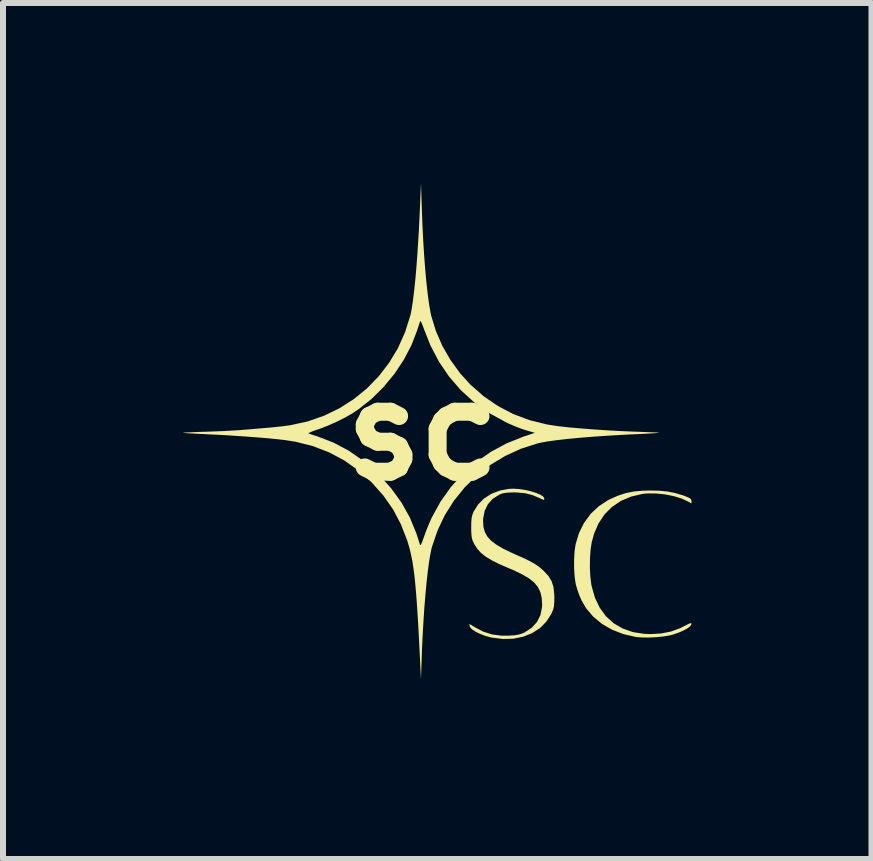
<source format=kicad_pcb>
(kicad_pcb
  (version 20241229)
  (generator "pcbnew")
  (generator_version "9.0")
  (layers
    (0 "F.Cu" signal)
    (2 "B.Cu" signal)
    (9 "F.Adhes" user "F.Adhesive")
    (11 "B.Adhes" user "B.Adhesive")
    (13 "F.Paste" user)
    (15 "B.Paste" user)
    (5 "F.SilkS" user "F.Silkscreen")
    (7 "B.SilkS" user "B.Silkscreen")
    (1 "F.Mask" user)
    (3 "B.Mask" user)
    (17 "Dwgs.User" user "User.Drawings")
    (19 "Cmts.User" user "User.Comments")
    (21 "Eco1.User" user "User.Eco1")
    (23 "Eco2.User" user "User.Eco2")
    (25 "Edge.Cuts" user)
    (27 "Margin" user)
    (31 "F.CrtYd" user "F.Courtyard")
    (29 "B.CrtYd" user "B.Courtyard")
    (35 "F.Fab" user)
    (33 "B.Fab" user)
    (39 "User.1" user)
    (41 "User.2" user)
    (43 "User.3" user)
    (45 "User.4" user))
  (footprint "sc"
    (layer "F.Cu")
    (at 3.996 4.136)
    (property "Reference" "sc" (at 0 0 0) (layer "F.SilkS") (effects (font (size 1.5 1.5) (thickness 0.3))))
    (attr board_only exclude_from_pos_files exclude_from_bom)
    (fp_poly (pts (xy 3.945 0.995) (xy 4.079 1.008) (xy 4.203 1.032) (xy 4.329 1.069) (xy 4.38 1.087) (xy 4.438 1.111) (xy 4.47 1.132) (xy 4.481 1.155) (xy 4.482 1.167) (xy 4.482 1.208) (xy 4.425 1.175) (xy 4.317 1.125) (xy 4.185 1.085) (xy 4.039 1.056) (xy 3.891 1.041) (xy 3.751 1.04) (xy 3.672 1.047) (xy 3.479 1.092) (xy 3.307 1.164) (xy 3.158 1.264) (xy 3.033 1.389) (xy 2.932 1.541) (xy 2.856 1.717) (xy 2.818 1.859) (xy 2.8 1.979) (xy 2.79 2.12) (xy 2.788 2.271) (xy 2.795 2.419) (xy 2.811 2.55) (xy 2.818 2.588) (xy 2.873 2.78) (xy 2.953 2.948) (xy 3.058 3.09) (xy 3.185 3.205) (xy 3.335 3.292) (xy 3.505 3.352) (xy 3.695 3.381) (xy 3.798 3.385) (xy 3.977 3.375) (xy 4.138 3.343) (xy 4.289 3.288) (xy 4.353 3.256) (xy 4.417 3.224) (xy 4.455 3.206) (xy 4.474 3.203) (xy 4.48 3.212) (xy 4.479 3.226) (xy 4.459 3.256) (xy 4.411 3.292) (xy 4.342 3.329) (xy 4.259 3.364) (xy 4.169 3.394) (xy 4.119 3.407) (xy 4.014 3.425) (xy 3.892 3.437) (xy 3.765 3.443) (xy 3.647 3.441) (xy 3.554 3.433) (xy 3.345 3.385) (xy 3.156 3.311) (xy 2.988 3.214) (xy 2.843 3.094) (xy 2.725 2.954) (xy 2.649 2.823) (xy 2.612 2.737) (xy 2.578 2.642) (xy 2.554 2.556) (xy 2.551 2.544) (xy 2.534 2.425) (xy 2.525 2.287) (xy 2.525 2.141) (xy 2.533 2.003) (xy 2.551 1.885) (xy 2.606 1.701) (xy 2.691 1.531) (xy 2.802 1.38) (xy 2.937 1.253) (xy 3.092 1.152) (xy 3.114 1.141) (xy 3.253 1.079) (xy 3.385 1.035) (xy 3.52 1.008) (xy 3.671 0.994) (xy 3.789 0.992)) (stroke (width 0) (type solid)) (fill yes) (layer "F.SilkS"))
    (fp_poly (pts (xy 1.604 0.966) (xy 1.701 0.981) (xy 1.796 1.002) (xy 1.883 1.029) (xy 1.954 1.058) (xy 2.005 1.088) (xy 2.027 1.118) (xy 2.028 1.123) (xy 2.026 1.143) (xy 2.015 1.147) (xy 1.985 1.135) (xy 1.961 1.123) (xy 1.834 1.069) (xy 1.71 1.037) (xy 1.572 1.024) (xy 1.53 1.023) (xy 1.439 1.025) (xy 1.372 1.031) (xy 1.319 1.044) (xy 1.28 1.06) (xy 1.17 1.129) (xy 1.088 1.219) (xy 1.034 1.331) (xy 1.009 1.461) (xy 1.008 1.503) (xy 1.014 1.599) (xy 1.036 1.682) (xy 1.078 1.758) (xy 1.14 1.827) (xy 1.228 1.894) (xy 1.343 1.962) (xy 1.489 2.032) (xy 1.557 2.063) (xy 1.681 2.117) (xy 1.777 2.164) (xy 1.854 2.206) (xy 1.918 2.247) (xy 1.975 2.292) (xy 2.021 2.334) (xy 2.098 2.418) (xy 2.15 2.503) (xy 2.181 2.6) (xy 2.194 2.718) (xy 2.196 2.775) (xy 2.194 2.86) (xy 2.189 2.921) (xy 2.178 2.971) (xy 2.158 3.021) (xy 2.146 3.047) (xy 2.063 3.177) (xy 1.956 3.285) (xy 1.826 3.369) (xy 1.678 3.428) (xy 1.514 3.462) (xy 1.339 3.467) (xy 1.154 3.444) (xy 1.138 3.441) (xy 1.048 3.416) (xy 0.961 3.383) (xy 0.885 3.346) (xy 0.826 3.308) (xy 0.791 3.272) (xy 0.786 3.258) (xy 0.78 3.216) (xy 0.857 3.263) (xy 1.005 3.342) (xy 1.153 3.39) (xy 1.311 3.411) (xy 1.441 3.411) (xy 1.532 3.405) (xy 1.6 3.394) (xy 1.656 3.377) (xy 1.702 3.356) (xy 1.819 3.279) (xy 1.907 3.182) (xy 1.964 3.067) (xy 1.99 2.936) (xy 1.992 2.892) (xy 1.985 2.782) (xy 1.963 2.686) (xy 1.922 2.602) (xy 1.86 2.526) (xy 1.773 2.456) (xy 1.658 2.389) (xy 1.513 2.319) (xy 1.432 2.285) (xy 1.277 2.218) (xy 1.152 2.155) (xy 1.052 2.095) (xy 0.974 2.033) (xy 0.913 1.966) (xy 0.865 1.892) (xy 0.857 1.877) (xy 0.835 1.831) (xy 0.821 1.787) (xy 0.814 1.735) (xy 0.81 1.665) (xy 0.81 1.61) (xy 0.811 1.52) (xy 0.816 1.454) (xy 0.827 1.403) (xy 0.845 1.354) (xy 0.85 1.343) (xy 0.924 1.225) (xy 1.024 1.125) (xy 1.147 1.046) (xy 1.287 0.992) (xy 1.44 0.964) (xy 1.512 0.961)) (stroke (width 0) (type solid)) (fill yes) (layer "F.SilkS"))
    (fp_poly (pts (xy -0.014 -3.718) (xy -0.004 -3.445) (xy 0.009 -3.181) (xy 0.025 -2.929) (xy 0.043 -2.692) (xy 0.063 -2.474) (xy 0.085 -2.28) (xy 0.108 -2.112) (xy 0.132 -1.974) (xy 0.143 -1.922) (xy 0.22 -1.67) (xy 0.328 -1.421) (xy 0.465 -1.183) (xy 0.626 -0.961) (xy 0.793 -0.777) (xy 1.016 -0.581) (xy 1.255 -0.417) (xy 1.511 -0.283) (xy 1.784 -0.181) (xy 2.075 -0.109) (xy 2.259 -0.081) (xy 2.428 -0.062) (xy 2.624 -0.045) (xy 2.837 -0.028) (xy 3.059 -0.013) (xy 3.281 -0.000273) (xy 3.493 0.009) (xy 3.58 0.012) (xy 3.69 0.016) (xy 3.786 0.02) (xy 3.863 0.023) (xy 3.917 0.026) (xy 3.942 0.029) (xy 3.943 0.029) (xy 3.924 0.032) (xy 3.875 0.036) (xy 3.801 0.04) (xy 3.706 0.045) (xy 3.596 0.051) (xy 3.538 0.053) (xy 3.282 0.066) (xy 3.037 0.081) (xy 2.804 0.097) (xy 2.589 0.115) (xy 2.394 0.134) (xy 2.223 0.154) (xy 2.078 0.174) (xy 1.964 0.195) (xy 1.916 0.206) (xy 1.637 0.296) (xy 1.375 0.416) (xy 1.13 0.564) (xy 0.905 0.739) (xy 0.703 0.937) (xy 0.524 1.158) (xy 0.372 1.398) (xy 0.249 1.657) (xy 0.156 1.93) (xy 0.149 1.956) (xy 0.128 2.056) (xy 0.106 2.187) (xy 0.085 2.346) (xy 0.065 2.529) (xy 0.046 2.733) (xy 0.028 2.953) (xy 0.013 3.186) (xy -0.001 3.427) (xy -0.012 3.674) (xy -0.015 3.771) (xy -0.028 4.136) (xy -0.041 3.86) (xy -0.056 3.569) (xy -0.069 3.31) (xy -0.083 3.081) (xy -0.096 2.88) (xy -0.109 2.703) (xy -0.123 2.548) (xy -0.137 2.411) (xy -0.153 2.29) (xy -0.169 2.183) (xy -0.188 2.086) (xy -0.208 1.996) (xy -0.231 1.912) (xy -0.256 1.829) (xy -0.26 1.818) (xy -0.363 1.553) (xy -0.493 1.307) (xy -0.654 1.077) (xy -0.847 0.859) (xy -0.854 0.852) (xy -1.073 0.655) (xy -1.309 0.489) (xy -1.561 0.355) (xy -1.83 0.251) (xy -2.116 0.179) (xy -2.286 0.152) (xy -2.416 0.137) (xy -2.575 0.121) (xy -2.757 0.106) (xy -2.956 0.091) (xy -3.165 0.077) (xy -3.377 0.064) (xy -3.587 0.054) (xy -3.592 0.053) (xy -3.707 0.048) (xy -3.81 0.043) (xy -3.833 0.041) (xy -1.903 0.041) (xy -1.874 0.051) (xy -1.821 0.068) (xy -1.757 0.088) (xy -1.752 0.09) (xy -1.485 0.193) (xy -1.231 0.328) (xy -0.989 0.497) (xy -0.759 0.699) (xy -0.737 0.72) (xy -0.528 0.951) (xy -0.353 1.192) (xy -0.212 1.444) (xy -0.104 1.708) (xy -0.09 1.752) (xy -0.069 1.817) (xy -0.052 1.871) (xy -0.042 1.902) (xy -0.041 1.903) (xy -0.033 1.899) (xy -0.016 1.867) (xy 0.005 1.813) (xy 0.02 1.77) (xy 0.053 1.679) (xy 0.094 1.575) (xy 0.137 1.475) (xy 0.152 1.443) (xy 0.297 1.179) (xy 0.469 0.936) (xy 0.668 0.715) (xy 0.89 0.519) (xy 1.136 0.348) (xy 1.401 0.205) (xy 1.686 0.091) (xy 1.697 0.088) (xy 1.871 0.03) (xy 1.723 -0.013) (xy 1.644 -0.039) (xy 1.547 -0.076) (xy 1.447 -0.119) (xy 1.379 -0.151) (xy 1.106 -0.302) (xy 0.859 -0.479) (xy 0.637 -0.681) (xy 0.441 -0.907) (xy 0.272 -1.156) (xy 0.13 -1.427) (xy 0.026 -1.69) (xy 0.001 -1.757) (xy -0.02 -1.807) (xy -0.035 -1.832) (xy -0.041 -1.832) (xy -0.051 -1.803) (xy -0.068 -1.75) (xy -0.089 -1.686) (xy -0.09 -1.681) (xy -0.187 -1.43) (xy -0.316 -1.185) (xy -0.472 -0.951) (xy -0.652 -0.733) (xy -0.852 -0.535) (xy -1.068 -0.364) (xy -1.168 -0.297) (xy -1.291 -0.226) (xy -1.433 -0.155) (xy -1.581 -0.089) (xy -1.718 -0.036) (xy -1.752 -0.025) (xy -1.822 -0.001) (xy -1.874 0.02) (xy -1.902 0.035) (xy -1.903 0.041) (xy -3.833 0.041) (xy -3.895 0.038) (xy -3.957 0.034) (xy -3.991 0.03) (xy -3.996 0.029) (xy -3.981 0.027) (xy -3.936 0.024) (xy -3.865 0.021) (xy -3.773 0.017) (xy -3.666 0.013) (xy -3.621 0.012) (xy -3.491 0.007) (xy -3.355 0.002) (xy -3.226 -0.005) (xy -3.111 -0.011) (xy -3.023 -0.017) (xy -3.021 -0.018) (xy -2.843 -0.032) (xy -2.696 -0.045) (xy -2.576 -0.055) (xy -2.478 -0.064) (xy -2.398 -0.073) (xy -2.331 -0.08) (xy -2.273 -0.088) (xy -2.219 -0.095) (xy -2.197 -0.099) (xy -1.913 -0.161) (xy -1.642 -0.256) (xy -1.386 -0.38) (xy -1.148 -0.532) (xy -0.929 -0.71) (xy -0.733 -0.912) (xy -0.56 -1.136) (xy -0.413 -1.38) (xy -0.295 -1.642) (xy -0.207 -1.92) (xy -0.206 -1.921) (xy -0.184 -2.026) (xy -0.163 -2.165) (xy -0.142 -2.334) (xy -0.121 -2.532) (xy -0.102 -2.756) (xy -0.084 -3.004) (xy -0.067 -3.274) (xy -0.052 -3.563) (xy -0.041 -3.806) (xy -0.027 -4.136)) (stroke (width 0) (type solid)) (fill yes) (layer "F.SilkS")))
  (gr_rect
    (start -3 -3)
    (end 11.479 11.271)
    (stroke (width 0.1) (type default))
    (fill no)
    (layer "Edge.Cuts")))
</source>
